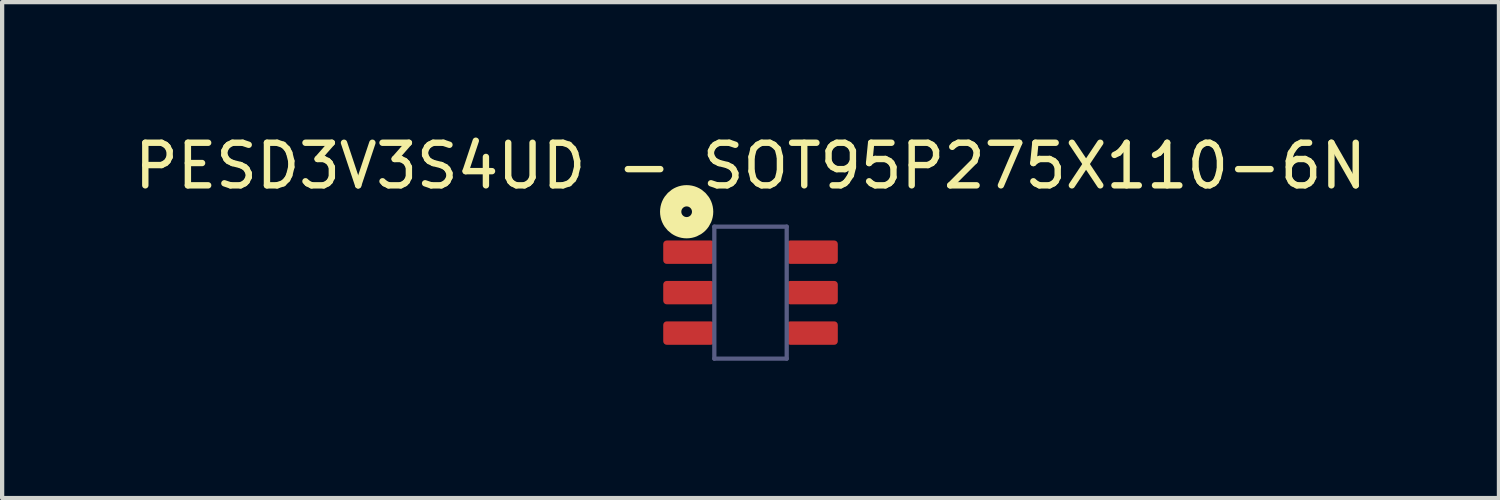
<source format=kicad_pcb>
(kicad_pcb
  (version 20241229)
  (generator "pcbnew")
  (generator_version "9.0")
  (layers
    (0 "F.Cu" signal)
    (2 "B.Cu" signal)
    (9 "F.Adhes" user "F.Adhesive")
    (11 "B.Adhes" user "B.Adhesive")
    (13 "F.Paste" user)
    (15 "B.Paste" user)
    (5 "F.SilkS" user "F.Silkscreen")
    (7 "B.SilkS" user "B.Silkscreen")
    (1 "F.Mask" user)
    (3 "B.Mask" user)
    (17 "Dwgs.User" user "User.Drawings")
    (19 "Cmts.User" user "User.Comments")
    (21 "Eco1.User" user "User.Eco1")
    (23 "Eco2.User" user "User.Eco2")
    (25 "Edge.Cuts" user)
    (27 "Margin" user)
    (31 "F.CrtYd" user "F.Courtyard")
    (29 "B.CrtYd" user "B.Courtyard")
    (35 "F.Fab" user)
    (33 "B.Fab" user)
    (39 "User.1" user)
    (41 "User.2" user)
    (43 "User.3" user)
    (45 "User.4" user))
  (footprint "PESD3V3S4UD - SOT95P275X110-6N"
    (layer "F.Cu")
    (at 14.577 3.823)
    (property "Reference" "PESD3V3S4UD - SOT95P275X110-6N" (at 0 -2.975 0) (unlocked yes) (layer "F.SilkS") (effects (font (size 1 1) (thickness 0.15))))
    (fp_circle (center -1.5 -1.9) (end -1.5 -2.025) (stroke (width 0.5) (type solid)) (fill no) (layer "F.SilkS"))
    (fp_line (start -2.3 -1.8) (end 2.3 -1.8) (stroke (width 0.05) (type solid)) (layer "Eco2.User"))
    (fp_line (start -2.3 -1.8) (end 2.3 -1.8) (stroke (width 0.05) (type solid)) (layer "Eco2.User"))
    (fp_line (start -2.3 1.8) (end -2.3 -1.8) (stroke (width 0.05) (type solid)) (layer "Eco2.User"))
    (fp_line (start -2.3 1.8) (end -2.3 -1.8) (stroke (width 0.05) (type solid)) (layer "Eco2.User"))
    (fp_line (start -2.3 1.8) (end 2.3 1.8) (stroke (width 0.05) (type solid)) (layer "Eco2.User"))
    (fp_line (start -2.3 1.8) (end 2.3 1.8) (stroke (width 0.05) (type solid)) (layer "Eco2.User"))
    (fp_line (start -0.5 0) (end 0.5 0) (stroke (width 0.1) (type solid)) (layer "Eco2.User"))
    (fp_line (start 0 0.5) (end 0 -0.5) (stroke (width 0.1) (type solid)) (layer "Eco2.User"))
    (fp_line (start 2.3 1.8) (end 2.3 -1.8) (stroke (width 0.05) (type solid)) (layer "Eco2.User"))
    (fp_line (start 2.3 1.8) (end 2.3 -1.8) (stroke (width 0.05) (type solid)) (layer "Eco2.User"))
    (fp_circle (center -1.8 -1.3) (end -1.8 -1.425) (stroke (width 0.5) (type solid)) (fill no) (layer "Eco2.User"))
    (fp_line (start -0.85 -1.55) (end 0.85 -1.55) (stroke (width 0.1) (type solid)) (layer "B.Fab"))
    (fp_line (start -0.85 1.55) (end -0.85 -1.55) (stroke (width 0.1) (type solid)) (layer "B.Fab"))
    (fp_line (start -0.85 1.55) (end 0.85 1.55) (stroke (width 0.1) (type solid)) (layer "B.Fab"))
    (fp_line (start 0.85 1.55) (end 0.85 -1.55) (stroke (width 0.1) (type solid)) (layer "B.Fab"))
    (fp_text user "${REFERENCE}" (at -1.9 0.2 0) (unlocked yes) (layer "Eco2.User") (effects (font (face "Avenir LT 45 Book") (size 0.45 0.45) (thickness 0.254)) (justify left bottom)))
    (pad "1" smd roundrect (at -1.45 -0.95 90) (size 0.55 1.2) (layers "F.Cu" "F.Mask" "F.Paste") (roundrect_rratio 0.15))
    (pad "2" smd roundrect (at -1.45 0 90) (size 0.55 1.2) (layers "F.Cu" "F.Mask" "F.Paste") (roundrect_rratio 0.15))
    (pad "3" smd roundrect (at -1.45 0.95 90) (size 0.55 1.2) (layers "F.Cu" "F.Mask" "F.Paste") (roundrect_rratio 0.15))
    (pad "4" smd roundrect (at 1.45 0.95 90) (size 0.55 1.2) (layers "F.Cu" "F.Mask" "F.Paste") (roundrect_rratio 0.15))
    (pad "5" smd roundrect (at 1.45 0 90) (size 0.55 1.2) (layers "F.Cu" "F.Mask" "F.Paste") (roundrect_rratio 0.15))
    (pad "6" smd roundrect (at 1.45 -0.95 90) (size 0.55 1.2) (layers "F.Cu" "F.Mask" "F.Paste") (roundrect_rratio 0.15)))
  (gr_rect
    (start -3 -3)
    (end 32.155 8.648)
    (stroke (width 0.1) (type default))
    (fill no)
    (layer "Edge.Cuts")))
</source>
